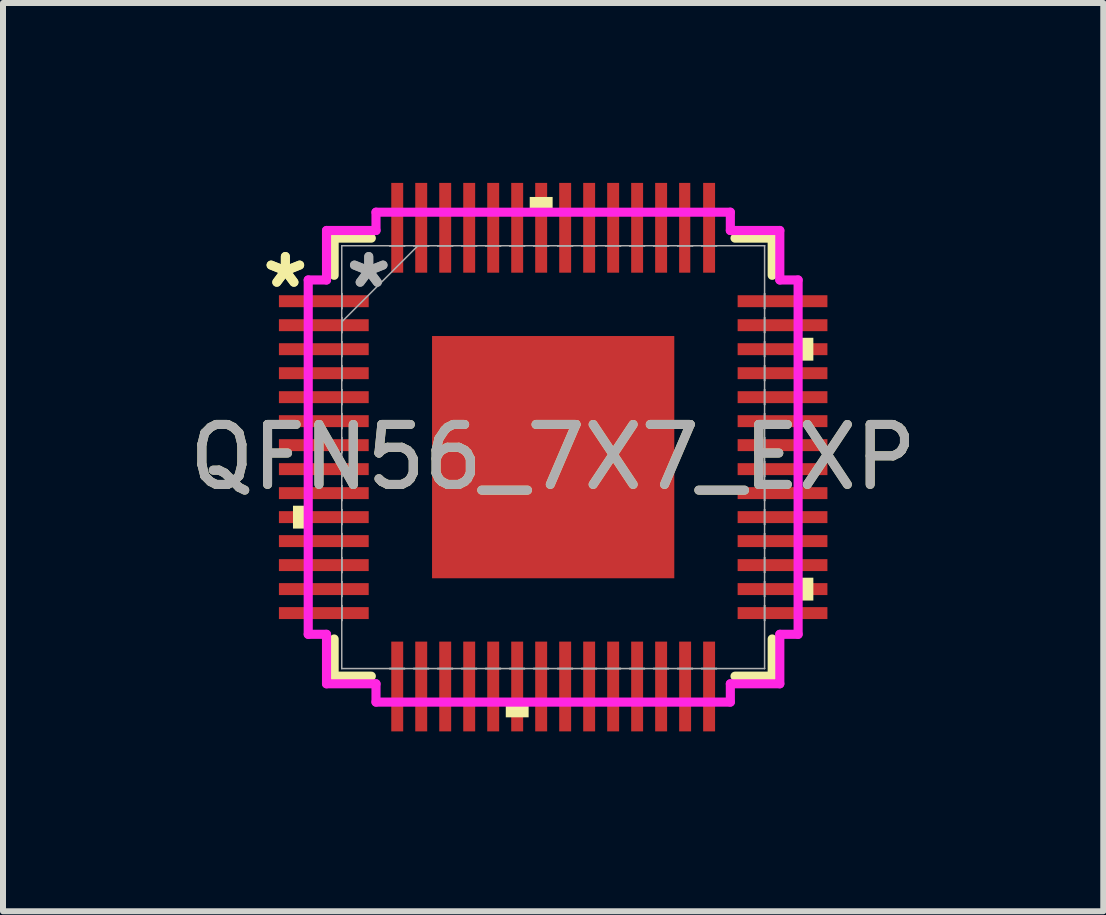
<source format=kicad_pcb>
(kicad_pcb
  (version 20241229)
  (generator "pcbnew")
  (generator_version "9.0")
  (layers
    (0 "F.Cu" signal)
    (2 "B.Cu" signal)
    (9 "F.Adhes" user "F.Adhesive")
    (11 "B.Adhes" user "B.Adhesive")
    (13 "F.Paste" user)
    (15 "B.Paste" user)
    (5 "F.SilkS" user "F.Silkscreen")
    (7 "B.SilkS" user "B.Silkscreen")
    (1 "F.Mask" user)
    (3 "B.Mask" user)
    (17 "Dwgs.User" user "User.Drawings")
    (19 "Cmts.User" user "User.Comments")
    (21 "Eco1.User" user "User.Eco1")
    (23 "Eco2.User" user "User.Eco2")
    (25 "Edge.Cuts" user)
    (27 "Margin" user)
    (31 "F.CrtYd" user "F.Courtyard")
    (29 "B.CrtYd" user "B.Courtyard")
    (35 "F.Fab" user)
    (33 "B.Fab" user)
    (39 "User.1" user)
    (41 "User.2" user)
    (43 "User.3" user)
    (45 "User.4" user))
  (footprint "QFN56_7X7_EXP"
    (layer "F.Cu")
    (at 6.173 4.572)
    (property "Reference" "QFN56_7X7_EXP" (at 0 0 0) (unlocked yes) (layer "F.SilkS") (effects (font (size 1 1) (thickness 0.15))))
    (attr smd)
    (fp_line (start -3.652 -3.652) (end -3.652 -3.032) (stroke (width 0.152) (type solid)) (layer "F.SilkS"))
    (fp_line (start -3.652 3.032) (end -3.652 3.652) (stroke (width 0.152) (type solid)) (layer "F.SilkS"))
    (fp_line (start -3.652 3.652) (end -3.032 3.652) (stroke (width 0.152) (type solid)) (layer "F.SilkS"))
    (fp_line (start -3.032 -3.652) (end -3.652 -3.652) (stroke (width 0.152) (type solid)) (layer "F.SilkS"))
    (fp_line (start 3.032 3.652) (end 3.652 3.652) (stroke (width 0.152) (type solid)) (layer "F.SilkS"))
    (fp_line (start 3.652 -3.652) (end 3.032 -3.652) (stroke (width 0.152) (type solid)) (layer "F.SilkS"))
    (fp_line (start 3.652 -3.032) (end 3.652 -3.652) (stroke (width 0.152) (type solid)) (layer "F.SilkS"))
    (fp_line (start 3.652 3.652) (end 3.652 3.032) (stroke (width 0.152) (type solid)) (layer "F.SilkS"))
    (fp_poly (pts (xy -4.338 0.81) (xy -4.338 1.191) (xy -4.084 1.191) (xy -4.084 0.81)) (stroke (width 0) (type solid)) (fill yes) (layer "F.SilkS"))
    (fp_poly (pts (xy -0.79 4.084) (xy -0.79 4.338) (xy -0.409 4.338) (xy -0.409 4.084)) (stroke (width 0) (type solid)) (fill yes) (layer "F.SilkS"))
    (fp_poly (pts (xy -0.391 -4.084) (xy -0.391 -4.338) (xy -0.009 -4.338) (xy -0.009 -4.084)) (stroke (width 0) (type solid)) (fill yes) (layer "F.SilkS"))
    (fp_poly (pts (xy 4.338 -1.99) (xy 4.338 -1.609) (xy 4.084 -1.609) (xy 4.084 -1.99)) (stroke (width 0) (type solid)) (fill yes) (layer "F.SilkS"))
    (fp_poly (pts (xy 4.338 2.01) (xy 4.338 2.391) (xy 4.084 2.391) (xy 4.084 2.01)) (stroke (width 0) (type solid)) (fill yes) (layer "F.SilkS"))
    (fp_poly (pts (xy -1.919 -1.919) (xy -1.919 -0.773) (xy -0.773 -0.773) (xy -0.773 -1.919)) (stroke (width 0) (type solid)) (fill yes) (layer "F.Paste"))
    (fp_poly (pts (xy -1.919 -0.573) (xy -1.919 0.573) (xy -0.773 0.573) (xy -0.773 -0.573)) (stroke (width 0) (type solid)) (fill yes) (layer "F.Paste"))
    (fp_poly (pts (xy -1.919 0.773) (xy -1.919 1.919) (xy -0.773 1.919) (xy -0.773 0.773)) (stroke (width 0) (type solid)) (fill yes) (layer "F.Paste"))
    (fp_poly (pts (xy -0.573 -1.919) (xy -0.573 -0.773) (xy 0.573 -0.773) (xy 0.573 -1.919)) (stroke (width 0) (type solid)) (fill yes) (layer "F.Paste"))
    (fp_poly (pts (xy -0.573 -0.573) (xy -0.573 0.573) (xy 0.573 0.573) (xy 0.573 -0.573)) (stroke (width 0) (type solid)) (fill yes) (layer "F.Paste"))
    (fp_poly (pts (xy -0.573 0.773) (xy -0.573 1.919) (xy 0.573 1.919) (xy 0.573 0.773)) (stroke (width 0) (type solid)) (fill yes) (layer "F.Paste"))
    (fp_poly (pts (xy 0.773 -1.919) (xy 0.773 -0.773) (xy 1.919 -0.773) (xy 1.919 -1.919)) (stroke (width 0) (type solid)) (fill yes) (layer "F.Paste"))
    (fp_poly (pts (xy 0.773 -0.573) (xy 0.773 0.573) (xy 1.919 0.573) (xy 1.919 -0.573)) (stroke (width 0) (type solid)) (fill yes) (layer "F.Paste"))
    (fp_poly (pts (xy 0.773 0.773) (xy 0.773 1.919) (xy 1.919 1.919) (xy 1.919 0.773)) (stroke (width 0) (type solid)) (fill yes) (layer "F.Paste"))
    (fp_line (start -4.084 -2.954) (end -3.779 -2.954) (stroke (width 0.152) (type solid)) (layer "F.CrtYd"))
    (fp_line (start -4.084 2.954) (end -4.084 -2.954) (stroke (width 0.152) (type solid)) (layer "F.CrtYd"))
    (fp_line (start -3.779 -3.779) (end -2.954 -3.779) (stroke (width 0.152) (type solid)) (layer "F.CrtYd"))
    (fp_line (start -3.779 -2.954) (end -3.779 -3.779) (stroke (width 0.152) (type solid)) (layer "F.CrtYd"))
    (fp_line (start -3.779 2.954) (end -4.084 2.954) (stroke (width 0.152) (type solid)) (layer "F.CrtYd"))
    (fp_line (start -3.779 3.779) (end -3.779 2.954) (stroke (width 0.152) (type solid)) (layer "F.CrtYd"))
    (fp_line (start -2.954 -4.084) (end 2.954 -4.084) (stroke (width 0.152) (type solid)) (layer "F.CrtYd"))
    (fp_line (start -2.954 -3.779) (end -2.954 -4.084) (stroke (width 0.152) (type solid)) (layer "F.CrtYd"))
    (fp_line (start -2.954 3.779) (end -3.779 3.779) (stroke (width 0.152) (type solid)) (layer "F.CrtYd"))
    (fp_line (start -2.954 4.084) (end -2.954 3.779) (stroke (width 0.152) (type solid)) (layer "F.CrtYd"))
    (fp_line (start 2.954 -4.084) (end 2.954 -3.779) (stroke (width 0.152) (type solid)) (layer "F.CrtYd"))
    (fp_line (start 2.954 -3.779) (end 3.779 -3.779) (stroke (width 0.152) (type solid)) (layer "F.CrtYd"))
    (fp_line (start 2.954 3.779) (end 2.954 4.084) (stroke (width 0.152) (type solid)) (layer "F.CrtYd"))
    (fp_line (start 2.954 4.084) (end -2.954 4.084) (stroke (width 0.152) (type solid)) (layer "F.CrtYd"))
    (fp_line (start 3.779 -3.779) (end 3.779 -2.954) (stroke (width 0.152) (type solid)) (layer "F.CrtYd"))
    (fp_line (start 3.779 -2.954) (end 4.084 -2.954) (stroke (width 0.152) (type solid)) (layer "F.CrtYd"))
    (fp_line (start 3.779 2.954) (end 3.779 3.779) (stroke (width 0.152) (type solid)) (layer "F.CrtYd"))
    (fp_line (start 3.779 3.779) (end 2.954 3.779) (stroke (width 0.152) (type solid)) (layer "F.CrtYd"))
    (fp_line (start 4.084 -2.954) (end 4.084 2.954) (stroke (width 0.152) (type solid)) (layer "F.CrtYd"))
    (fp_line (start 4.084 2.954) (end 3.779 2.954) (stroke (width 0.152) (type solid)) (layer "F.CrtYd"))
    (fp_line (start -3.525 -3.525) (end -3.525 -3.525) (stroke (width 0.025) (type solid)) (layer "F.Fab"))
    (fp_line (start -3.525 -3.525) (end -3.525 3.525) (stroke (width 0.025) (type solid)) (layer "F.Fab"))
    (fp_line (start -3.525 -2.725) (end -3.525 -2.725) (stroke (width 0.025) (type solid)) (layer "F.Fab"))
    (fp_line (start -3.525 -2.725) (end -3.525 -2.475) (stroke (width 0.025) (type solid)) (layer "F.Fab"))
    (fp_line (start -3.525 -2.475) (end -3.525 -2.725) (stroke (width 0.025) (type solid)) (layer "F.Fab"))
    (fp_line (start -3.525 -2.475) (end -3.525 -2.475) (stroke (width 0.025) (type solid)) (layer "F.Fab"))
    (fp_line (start -3.525 -2.325) (end -3.525 -2.325) (stroke (width 0.025) (type solid)) (layer "F.Fab"))
    (fp_line (start -3.525 -2.325) (end -3.525 -2.075) (stroke (width 0.025) (type solid)) (layer "F.Fab"))
    (fp_line (start -3.525 -2.255) (end -2.255 -3.525) (stroke (width 0.025) (type solid)) (layer "F.Fab"))
    (fp_line (start -3.525 -2.075) (end -3.525 -2.325) (stroke (width 0.025) (type solid)) (layer "F.Fab"))
    (fp_line (start -3.525 -2.075) (end -3.525 -2.075) (stroke (width 0.025) (type solid)) (layer "F.Fab"))
    (fp_line (start -3.525 -1.925) (end -3.525 -1.925) (stroke (width 0.025) (type solid)) (layer "F.Fab"))
    (fp_line (start -3.525 -1.925) (end -3.525 -1.675) (stroke (width 0.025) (type solid)) (layer "F.Fab"))
    (fp_line (start -3.525 -1.675) (end -3.525 -1.925) (stroke (width 0.025) (type solid)) (layer "F.Fab"))
    (fp_line (start -3.525 -1.675) (end -3.525 -1.675) (stroke (width 0.025) (type solid)) (layer "F.Fab"))
    (fp_line (start -3.525 -1.525) (end -3.525 -1.525) (stroke (width 0.025) (type solid)) (layer "F.Fab"))
    (fp_line (start -3.525 -1.525) (end -3.525 -1.275) (stroke (width 0.025) (type solid)) (layer "F.Fab"))
    (fp_line (start -3.525 -1.275) (end -3.525 -1.525) (stroke (width 0.025) (type solid)) (layer "F.Fab"))
    (fp_line (start -3.525 -1.275) (end -3.525 -1.275) (stroke (width 0.025) (type solid)) (layer "F.Fab"))
    (fp_line (start -3.525 -1.125) (end -3.525 -1.125) (stroke (width 0.025) (type solid)) (layer "F.Fab"))
    (fp_line (start -3.525 -1.125) (end -3.525 -0.875) (stroke (width 0.025) (type solid)) (layer "F.Fab"))
    (fp_line (start -3.525 -0.875) (end -3.525 -1.125) (stroke (width 0.025) (type solid)) (layer "F.Fab"))
    (fp_line (start -3.525 -0.875) (end -3.525 -0.875) (stroke (width 0.025) (type solid)) (layer "F.Fab"))
    (fp_line (start -3.525 -0.725) (end -3.525 -0.725) (stroke (width 0.025) (type solid)) (layer "F.Fab"))
    (fp_line (start -3.525 -0.725) (end -3.525 -0.475) (stroke (width 0.025) (type solid)) (layer "F.Fab"))
    (fp_line (start -3.525 -0.475) (end -3.525 -0.725) (stroke (width 0.025) (type solid)) (layer "F.Fab"))
    (fp_line (start -3.525 -0.475) (end -3.525 -0.475) (stroke (width 0.025) (type solid)) (layer "F.Fab"))
    (fp_line (start -3.525 -0.325) (end -3.525 -0.325) (stroke (width 0.025) (type solid)) (layer "F.Fab"))
    (fp_line (start -3.525 -0.325) (end -3.525 -0.075) (stroke (width 0.025) (type solid)) (layer "F.Fab"))
    (fp_line (start -3.525 -0.075) (end -3.525 -0.325) (stroke (width 0.025) (type solid)) (layer "F.Fab"))
    (fp_line (start -3.525 -0.075) (end -3.525 -0.075) (stroke (width 0.025) (type solid)) (layer "F.Fab"))
    (fp_line (start -3.525 0.075) (end -3.525 0.075) (stroke (width 0.025) (type solid)) (layer "F.Fab"))
    (fp_line (start -3.525 0.075) (end -3.525 0.325) (stroke (width 0.025) (type solid)) (layer "F.Fab"))
    (fp_line (start -3.525 0.325) (end -3.525 0.075) (stroke (width 0.025) (type solid)) (layer "F.Fab"))
    (fp_line (start -3.525 0.325) (end -3.525 0.325) (stroke (width 0.025) (type solid)) (layer "F.Fab"))
    (fp_line (start -3.525 0.475) (end -3.525 0.475) (stroke (width 0.025) (type solid)) (layer "F.Fab"))
    (fp_line (start -3.525 0.475) (end -3.525 0.725) (stroke (width 0.025) (type solid)) (layer "F.Fab"))
    (fp_line (start -3.525 0.725) (end -3.525 0.475) (stroke (width 0.025) (type solid)) (layer "F.Fab"))
    (fp_line (start -3.525 0.725) (end -3.525 0.725) (stroke (width 0.025) (type solid)) (layer "F.Fab"))
    (fp_line (start -3.525 0.875) (end -3.525 0.875) (stroke (width 0.025) (type solid)) (layer "F.Fab"))
    (fp_line (start -3.525 0.875) (end -3.525 1.125) (stroke (width 0.025) (type solid)) (layer "F.Fab"))
    (fp_line (start -3.525 1.125) (end -3.525 0.875) (stroke (width 0.025) (type solid)) (layer "F.Fab"))
    (fp_line (start -3.525 1.125) (end -3.525 1.125) (stroke (width 0.025) (type solid)) (layer "F.Fab"))
    (fp_line (start -3.525 1.275) (end -3.525 1.275) (stroke (width 0.025) (type solid)) (layer "F.Fab"))
    (fp_line (start -3.525 1.275) (end -3.525 1.525) (stroke (width 0.025) (type solid)) (layer "F.Fab"))
    (fp_line (start -3.525 1.525) (end -3.525 1.275) (stroke (width 0.025) (type solid)) (layer "F.Fab"))
    (fp_line (start -3.525 1.525) (end -3.525 1.525) (stroke (width 0.025) (type solid)) (layer "F.Fab"))
    (fp_line (start -3.525 1.675) (end -3.525 1.675) (stroke (width 0.025) (type solid)) (layer "F.Fab"))
    (fp_line (start -3.525 1.675) (end -3.525 1.925) (stroke (width 0.025) (type solid)) (layer "F.Fab"))
    (fp_line (start -3.525 1.925) (end -3.525 1.675) (stroke (width 0.025) (type solid)) (layer "F.Fab"))
    (fp_line (start -3.525 1.925) (end -3.525 1.925) (stroke (width 0.025) (type solid)) (layer "F.Fab"))
    (fp_line (start -3.525 2.075) (end -3.525 2.075) (stroke (width 0.025) (type solid)) (layer "F.Fab"))
    (fp_line (start -3.525 2.075) (end -3.525 2.325) (stroke (width 0.025) (type solid)) (layer "F.Fab"))
    (fp_line (start -3.525 2.325) (end -3.525 2.075) (stroke (width 0.025) (type solid)) (layer "F.Fab"))
    (fp_line (start -3.525 2.325) (end -3.525 2.325) (stroke (width 0.025) (type solid)) (layer "F.Fab"))
    (fp_line (start -3.525 2.475) (end -3.525 2.475) (stroke (width 0.025) (type solid)) (layer "F.Fab"))
    (fp_line (start -3.525 2.475) (end -3.525 2.725) (stroke (width 0.025) (type solid)) (layer "F.Fab"))
    (fp_line (start -3.525 2.725) (end -3.525 2.475) (stroke (width 0.025) (type solid)) (layer "F.Fab"))
    (fp_line (start -3.525 2.725) (end -3.525 2.725) (stroke (width 0.025) (type solid)) (layer "F.Fab"))
    (fp_line (start -3.525 3.525) (end -3.525 3.525) (stroke (width 0.025) (type solid)) (layer "F.Fab"))
    (fp_line (start -3.525 3.525) (end 3.525 3.525) (stroke (width 0.025) (type solid)) (layer "F.Fab"))
    (fp_line (start -2.725 -3.525) (end -2.725 -3.525) (stroke (width 0.025) (type solid)) (layer "F.Fab"))
    (fp_line (start -2.725 -3.525) (end -2.475 -3.525) (stroke (width 0.025) (type solid)) (layer "F.Fab"))
    (fp_line (start -2.725 3.525) (end -2.725 3.525) (stroke (width 0.025) (type solid)) (layer "F.Fab"))
    (fp_line (start -2.725 3.525) (end -2.475 3.525) (stroke (width 0.025) (type solid)) (layer "F.Fab"))
    (fp_line (start -2.475 -3.525) (end -2.725 -3.525) (stroke (width 0.025) (type solid)) (layer "F.Fab"))
    (fp_line (start -2.475 -3.525) (end -2.475 -3.525) (stroke (width 0.025) (type solid)) (layer "F.Fab"))
    (fp_line (start -2.475 3.525) (end -2.725 3.525) (stroke (width 0.025) (type solid)) (layer "F.Fab"))
    (fp_line (start -2.475 3.525) (end -2.475 3.525) (stroke (width 0.025) (type solid)) (layer "F.Fab"))
    (fp_line (start -2.325 -3.525) (end -2.325 -3.525) (stroke (width 0.025) (type solid)) (layer "F.Fab"))
    (fp_line (start -2.325 -3.525) (end -2.075 -3.525) (stroke (width 0.025) (type solid)) (layer "F.Fab"))
    (fp_line (start -2.325 3.525) (end -2.325 3.525) (stroke (width 0.025) (type solid)) (layer "F.Fab"))
    (fp_line (start -2.325 3.525) (end -2.075 3.525) (stroke (width 0.025) (type solid)) (layer "F.Fab"))
    (fp_line (start -2.075 -3.525) (end -2.325 -3.525) (stroke (width 0.025) (type solid)) (layer "F.Fab"))
    (fp_line (start -2.075 -3.525) (end -2.075 -3.525) (stroke (width 0.025) (type solid)) (layer "F.Fab"))
    (fp_line (start -2.075 3.525) (end -2.325 3.525) (stroke (width 0.025) (type solid)) (layer "F.Fab"))
    (fp_line (start -2.075 3.525) (end -2.075 3.525) (stroke (width 0.025) (type solid)) (layer "F.Fab"))
    (fp_line (start -1.925 -3.525) (end -1.925 -3.525) (stroke (width 0.025) (type solid)) (layer "F.Fab"))
    (fp_line (start -1.925 -3.525) (end -1.675 -3.525) (stroke (width 0.025) (type solid)) (layer "F.Fab"))
    (fp_line (start -1.925 3.525) (end -1.925 3.525) (stroke (width 0.025) (type solid)) (layer "F.Fab"))
    (fp_line (start -1.925 3.525) (end -1.675 3.525) (stroke (width 0.025) (type solid)) (layer "F.Fab"))
    (fp_line (start -1.675 -3.525) (end -1.925 -3.525) (stroke (width 0.025) (type solid)) (layer "F.Fab"))
    (fp_line (start -1.675 -3.525) (end -1.675 -3.525) (stroke (width 0.025) (type solid)) (layer "F.Fab"))
    (fp_line (start -1.675 3.525) (end -1.925 3.525) (stroke (width 0.025) (type solid)) (layer "F.Fab"))
    (fp_line (start -1.675 3.525) (end -1.675 3.525) (stroke (width 0.025) (type solid)) (layer "F.Fab"))
    (fp_line (start -1.525 -3.525) (end -1.525 -3.525) (stroke (width 0.025) (type solid)) (layer "F.Fab"))
    (fp_line (start -1.525 -3.525) (end -1.275 -3.525) (stroke (width 0.025) (type solid)) (layer "F.Fab"))
    (fp_line (start -1.525 3.525) (end -1.525 3.525) (stroke (width 0.025) (type solid)) (layer "F.Fab"))
    (fp_line (start -1.525 3.525) (end -1.275 3.525) (stroke (width 0.025) (type solid)) (layer "F.Fab"))
    (fp_line (start -1.275 -3.525) (end -1.525 -3.525) (stroke (width 0.025) (type solid)) (layer "F.Fab"))
    (fp_line (start -1.275 -3.525) (end -1.275 -3.525) (stroke (width 0.025) (type solid)) (layer "F.Fab"))
    (fp_line (start -1.275 3.525) (end -1.525 3.525) (stroke (width 0.025) (type solid)) (layer "F.Fab"))
    (fp_line (start -1.275 3.525) (end -1.275 3.525) (stroke (width 0.025) (type solid)) (layer "F.Fab"))
    (fp_line (start -1.125 -3.525) (end -1.125 -3.525) (stroke (width 0.025) (type solid)) (layer "F.Fab"))
    (fp_line (start -1.125 -3.525) (end -0.875 -3.525) (stroke (width 0.025) (type solid)) (layer "F.Fab"))
    (fp_line (start -1.125 3.525) (end -1.125 3.525) (stroke (width 0.025) (type solid)) (layer "F.Fab"))
    (fp_line (start -1.125 3.525) (end -0.875 3.525) (stroke (width 0.025) (type solid)) (layer "F.Fab"))
    (fp_line (start -0.875 -3.525) (end -1.125 -3.525) (stroke (width 0.025) (type solid)) (layer "F.Fab"))
    (fp_line (start -0.875 -3.525) (end -0.875 -3.525) (stroke (width 0.025) (type solid)) (layer "F.Fab"))
    (fp_line (start -0.875 3.525) (end -1.125 3.525) (stroke (width 0.025) (type solid)) (layer "F.Fab"))
    (fp_line (start -0.875 3.525) (end -0.875 3.525) (stroke (width 0.025) (type solid)) (layer "F.Fab"))
    (fp_line (start -0.725 -3.525) (end -0.725 -3.525) (stroke (width 0.025) (type solid)) (layer "F.Fab"))
    (fp_line (start -0.725 -3.525) (end -0.475 -3.525) (stroke (width 0.025) (type solid)) (layer "F.Fab"))
    (fp_line (start -0.725 3.525) (end -0.725 3.525) (stroke (width 0.025) (type solid)) (layer "F.Fab"))
    (fp_line (start -0.725 3.525) (end -0.475 3.525) (stroke (width 0.025) (type solid)) (layer "F.Fab"))
    (fp_line (start -0.475 -3.525) (end -0.725 -3.525) (stroke (width 0.025) (type solid)) (layer "F.Fab"))
    (fp_line (start -0.475 -3.525) (end -0.475 -3.525) (stroke (width 0.025) (type solid)) (layer "F.Fab"))
    (fp_line (start -0.475 3.525) (end -0.725 3.525) (stroke (width 0.025) (type solid)) (layer "F.Fab"))
    (fp_line (start -0.475 3.525) (end -0.475 3.525) (stroke (width 0.025) (type solid)) (layer "F.Fab"))
    (fp_line (start -0.325 -3.525) (end -0.325 -3.525) (stroke (width 0.025) (type solid)) (layer "F.Fab"))
    (fp_line (start -0.325 -3.525) (end -0.075 -3.525) (stroke (width 0.025) (type solid)) (layer "F.Fab"))
    (fp_line (start -0.325 3.525) (end -0.325 3.525) (stroke (width 0.025) (type solid)) (layer "F.Fab"))
    (fp_line (start -0.325 3.525) (end -0.075 3.525) (stroke (width 0.025) (type solid)) (layer "F.Fab"))
    (fp_line (start -0.075 -3.525) (end -0.325 -3.525) (stroke (width 0.025) (type solid)) (layer "F.Fab"))
    (fp_line (start -0.075 -3.525) (end -0.075 -3.525) (stroke (width 0.025) (type solid)) (layer "F.Fab"))
    (fp_line (start -0.075 3.525) (end -0.325 3.525) (stroke (width 0.025) (type solid)) (layer "F.Fab"))
    (fp_line (start -0.075 3.525) (end -0.075 3.525) (stroke (width 0.025) (type solid)) (layer "F.Fab"))
    (fp_line (start 0.075 -3.525) (end 0.075 -3.525) (stroke (width 0.025) (type solid)) (layer "F.Fab"))
    (fp_line (start 0.075 -3.525) (end 0.325 -3.525) (stroke (width 0.025) (type solid)) (layer "F.Fab"))
    (fp_line (start 0.075 3.525) (end 0.075 3.525) (stroke (width 0.025) (type solid)) (layer "F.Fab"))
    (fp_line (start 0.075 3.525) (end 0.325 3.525) (stroke (width 0.025) (type solid)) (layer "F.Fab"))
    (fp_line (start 0.325 -3.525) (end 0.075 -3.525) (stroke (width 0.025) (type solid)) (layer "F.Fab"))
    (fp_line (start 0.325 -3.525) (end 0.325 -3.525) (stroke (width 0.025) (type solid)) (layer "F.Fab"))
    (fp_line (start 0.325 3.525) (end 0.075 3.525) (stroke (width 0.025) (type solid)) (layer "F.Fab"))
    (fp_line (start 0.325 3.525) (end 0.325 3.525) (stroke (width 0.025) (type solid)) (layer "F.Fab"))
    (fp_line (start 0.475 -3.525) (end 0.475 -3.525) (stroke (width 0.025) (type solid)) (layer "F.Fab"))
    (fp_line (start 0.475 -3.525) (end 0.725 -3.525) (stroke (width 0.025) (type solid)) (layer "F.Fab"))
    (fp_line (start 0.475 3.525) (end 0.475 3.525) (stroke (width 0.025) (type solid)) (layer "F.Fab"))
    (fp_line (start 0.475 3.525) (end 0.725 3.525) (stroke (width 0.025) (type solid)) (layer "F.Fab"))
    (fp_line (start 0.725 -3.525) (end 0.475 -3.525) (stroke (width 0.025) (type solid)) (layer "F.Fab"))
    (fp_line (start 0.725 -3.525) (end 0.725 -3.525) (stroke (width 0.025) (type solid)) (layer "F.Fab"))
    (fp_line (start 0.725 3.525) (end 0.475 3.525) (stroke (width 0.025) (type solid)) (layer "F.Fab"))
    (fp_line (start 0.725 3.525) (end 0.725 3.525) (stroke (width 0.025) (type solid)) (layer "F.Fab"))
    (fp_line (start 0.875 -3.525) (end 0.875 -3.525) (stroke (width 0.025) (type solid)) (layer "F.Fab"))
    (fp_line (start 0.875 -3.525) (end 1.125 -3.525) (stroke (width 0.025) (type solid)) (layer "F.Fab"))
    (fp_line (start 0.875 3.525) (end 0.875 3.525) (stroke (width 0.025) (type solid)) (layer "F.Fab"))
    (fp_line (start 0.875 3.525) (end 1.125 3.525) (stroke (width 0.025) (type solid)) (layer "F.Fab"))
    (fp_line (start 1.125 -3.525) (end 0.875 -3.525) (stroke (width 0.025) (type solid)) (layer "F.Fab"))
    (fp_line (start 1.125 -3.525) (end 1.125 -3.525) (stroke (width 0.025) (type solid)) (layer "F.Fab"))
    (fp_line (start 1.125 3.525) (end 0.875 3.525) (stroke (width 0.025) (type solid)) (layer "F.Fab"))
    (fp_line (start 1.125 3.525) (end 1.125 3.525) (stroke (width 0.025) (type solid)) (layer "F.Fab"))
    (fp_line (start 1.275 -3.525) (end 1.275 -3.525) (stroke (width 0.025) (type solid)) (layer "F.Fab"))
    (fp_line (start 1.275 -3.525) (end 1.525 -3.525) (stroke (width 0.025) (type solid)) (layer "F.Fab"))
    (fp_line (start 1.275 3.525) (end 1.275 3.525) (stroke (width 0.025) (type solid)) (layer "F.Fab"))
    (fp_line (start 1.275 3.525) (end 1.525 3.525) (stroke (width 0.025) (type solid)) (layer "F.Fab"))
    (fp_line (start 1.525 -3.525) (end 1.275 -3.525) (stroke (width 0.025) (type solid)) (layer "F.Fab"))
    (fp_line (start 1.525 -3.525) (end 1.525 -3.525) (stroke (width 0.025) (type solid)) (layer "F.Fab"))
    (fp_line (start 1.525 3.525) (end 1.275 3.525) (stroke (width 0.025) (type solid)) (layer "F.Fab"))
    (fp_line (start 1.525 3.525) (end 1.525 3.525) (stroke (width 0.025) (type solid)) (layer "F.Fab"))
    (fp_line (start 1.675 -3.525) (end 1.675 -3.525) (stroke (width 0.025) (type solid)) (layer "F.Fab"))
    (fp_line (start 1.675 -3.525) (end 1.925 -3.525) (stroke (width 0.025) (type solid)) (layer "F.Fab"))
    (fp_line (start 1.675 3.525) (end 1.675 3.525) (stroke (width 0.025) (type solid)) (layer "F.Fab"))
    (fp_line (start 1.675 3.525) (end 1.925 3.525) (stroke (width 0.025) (type solid)) (layer "F.Fab"))
    (fp_line (start 1.925 -3.525) (end 1.675 -3.525) (stroke (width 0.025) (type solid)) (layer "F.Fab"))
    (fp_line (start 1.925 -3.525) (end 1.925 -3.525) (stroke (width 0.025) (type solid)) (layer "F.Fab"))
    (fp_line (start 1.925 3.525) (end 1.675 3.525) (stroke (width 0.025) (type solid)) (layer "F.Fab"))
    (fp_line (start 1.925 3.525) (end 1.925 3.525) (stroke (width 0.025) (type solid)) (layer "F.Fab"))
    (fp_line (start 2.075 -3.525) (end 2.075 -3.525) (stroke (width 0.025) (type solid)) (layer "F.Fab"))
    (fp_line (start 2.075 -3.525) (end 2.325 -3.525) (stroke (width 0.025) (type solid)) (layer "F.Fab"))
    (fp_line (start 2.075 3.525) (end 2.075 3.525) (stroke (width 0.025) (type solid)) (layer "F.Fab"))
    (fp_line (start 2.075 3.525) (end 2.325 3.525) (stroke (width 0.025) (type solid)) (layer "F.Fab"))
    (fp_line (start 2.325 -3.525) (end 2.075 -3.525) (stroke (width 0.025) (type solid)) (layer "F.Fab"))
    (fp_line (start 2.325 -3.525) (end 2.325 -3.525) (stroke (width 0.025) (type solid)) (layer "F.Fab"))
    (fp_line (start 2.325 3.525) (end 2.075 3.525) (stroke (width 0.025) (type solid)) (layer "F.Fab"))
    (fp_line (start 2.325 3.525) (end 2.325 3.525) (stroke (width 0.025) (type solid)) (layer "F.Fab"))
    (fp_line (start 2.475 -3.525) (end 2.475 -3.525) (stroke (width 0.025) (type solid)) (layer "F.Fab"))
    (fp_line (start 2.475 -3.525) (end 2.725 -3.525) (stroke (width 0.025) (type solid)) (layer "F.Fab"))
    (fp_line (start 2.475 3.525) (end 2.475 3.525) (stroke (width 0.025) (type solid)) (layer "F.Fab"))
    (fp_line (start 2.475 3.525) (end 2.725 3.525) (stroke (width 0.025) (type solid)) (layer "F.Fab"))
    (fp_line (start 2.725 -3.525) (end 2.475 -3.525) (stroke (width 0.025) (type solid)) (layer "F.Fab"))
    (fp_line (start 2.725 -3.525) (end 2.725 -3.525) (stroke (width 0.025) (type solid)) (layer "F.Fab"))
    (fp_line (start 2.725 3.525) (end 2.475 3.525) (stroke (width 0.025) (type solid)) (layer "F.Fab"))
    (fp_line (start 2.725 3.525) (end 2.725 3.525) (stroke (width 0.025) (type solid)) (layer "F.Fab"))
    (fp_line (start 3.525 -3.525) (end -3.525 -3.525) (stroke (width 0.025) (type solid)) (layer "F.Fab"))
    (fp_line (start 3.525 -3.525) (end 3.525 -3.525) (stroke (width 0.025) (type solid)) (layer "F.Fab"))
    (fp_line (start 3.525 -2.725) (end 3.525 -2.725) (stroke (width 0.025) (type solid)) (layer "F.Fab"))
    (fp_line (start 3.525 -2.725) (end 3.525 -2.475) (stroke (width 0.025) (type solid)) (layer "F.Fab"))
    (fp_line (start 3.525 -2.475) (end 3.525 -2.725) (stroke (width 0.025) (type solid)) (layer "F.Fab"))
    (fp_line (start 3.525 -2.475) (end 3.525 -2.475) (stroke (width 0.025) (type solid)) (layer "F.Fab"))
    (fp_line (start 3.525 -2.325) (end 3.525 -2.325) (stroke (width 0.025) (type solid)) (layer "F.Fab"))
    (fp_line (start 3.525 -2.325) (end 3.525 -2.075) (stroke (width 0.025) (type solid)) (layer "F.Fab"))
    (fp_line (start 3.525 -2.075) (end 3.525 -2.325) (stroke (width 0.025) (type solid)) (layer "F.Fab"))
    (fp_line (start 3.525 -2.075) (end 3.525 -2.075) (stroke (width 0.025) (type solid)) (layer "F.Fab"))
    (fp_line (start 3.525 -1.925) (end 3.525 -1.925) (stroke (width 0.025) (type solid)) (layer "F.Fab"))
    (fp_line (start 3.525 -1.925) (end 3.525 -1.675) (stroke (width 0.025) (type solid)) (layer "F.Fab"))
    (fp_line (start 3.525 -1.675) (end 3.525 -1.925) (stroke (width 0.025) (type solid)) (layer "F.Fab"))
    (fp_line (start 3.525 -1.675) (end 3.525 -1.675) (stroke (width 0.025) (type solid)) (layer "F.Fab"))
    (fp_line (start 3.525 -1.525) (end 3.525 -1.525) (stroke (width 0.025) (type solid)) (layer "F.Fab"))
    (fp_line (start 3.525 -1.525) (end 3.525 -1.275) (stroke (width 0.025) (type solid)) (layer "F.Fab"))
    (fp_line (start 3.525 -1.275) (end 3.525 -1.525) (stroke (width 0.025) (type solid)) (layer "F.Fab"))
    (fp_line (start 3.525 -1.275) (end 3.525 -1.275) (stroke (width 0.025) (type solid)) (layer "F.Fab"))
    (fp_line (start 3.525 -1.125) (end 3.525 -1.125) (stroke (width 0.025) (type solid)) (layer "F.Fab"))
    (fp_line (start 3.525 -1.125) (end 3.525 -0.875) (stroke (width 0.025) (type solid)) (layer "F.Fab"))
    (fp_line (start 3.525 -0.875) (end 3.525 -1.125) (stroke (width 0.025) (type solid)) (layer "F.Fab"))
    (fp_line (start 3.525 -0.875) (end 3.525 -0.875) (stroke (width 0.025) (type solid)) (layer "F.Fab"))
    (fp_line (start 3.525 -0.725) (end 3.525 -0.725) (stroke (width 0.025) (type solid)) (layer "F.Fab"))
    (fp_line (start 3.525 -0.725) (end 3.525 -0.475) (stroke (width 0.025) (type solid)) (layer "F.Fab"))
    (fp_line (start 3.525 -0.475) (end 3.525 -0.725) (stroke (width 0.025) (type solid)) (layer "F.Fab"))
    (fp_line (start 3.525 -0.475) (end 3.525 -0.475) (stroke (width 0.025) (type solid)) (layer "F.Fab"))
    (fp_line (start 3.525 -0.325) (end 3.525 -0.325) (stroke (width 0.025) (type solid)) (layer "F.Fab"))
    (fp_line (start 3.525 -0.325) (end 3.525 -0.075) (stroke (width 0.025) (type solid)) (layer "F.Fab"))
    (fp_line (start 3.525 -0.075) (end 3.525 -0.325) (stroke (width 0.025) (type solid)) (layer "F.Fab"))
    (fp_line (start 3.525 -0.075) (end 3.525 -0.075) (stroke (width 0.025) (type solid)) (layer "F.Fab"))
    (fp_line (start 3.525 0.075) (end 3.525 0.075) (stroke (width 0.025) (type solid)) (layer "F.Fab"))
    (fp_line (start 3.525 0.075) (end 3.525 0.325) (stroke (width 0.025) (type solid)) (layer "F.Fab"))
    (fp_line (start 3.525 0.325) (end 3.525 0.075) (stroke (width 0.025) (type solid)) (layer "F.Fab"))
    (fp_line (start 3.525 0.325) (end 3.525 0.325) (stroke (width 0.025) (type solid)) (layer "F.Fab"))
    (fp_line (start 3.525 0.475) (end 3.525 0.475) (stroke (width 0.025) (type solid)) (layer "F.Fab"))
    (fp_line (start 3.525 0.475) (end 3.525 0.725) (stroke (width 0.025) (type solid)) (layer "F.Fab"))
    (fp_line (start 3.525 0.725) (end 3.525 0.475) (stroke (width 0.025) (type solid)) (layer "F.Fab"))
    (fp_line (start 3.525 0.725) (end 3.525 0.725) (stroke (width 0.025) (type solid)) (layer "F.Fab"))
    (fp_line (start 3.525 0.875) (end 3.525 0.875) (stroke (width 0.025) (type solid)) (layer "F.Fab"))
    (fp_line (start 3.525 0.875) (end 3.525 1.125) (stroke (width 0.025) (type solid)) (layer "F.Fab"))
    (fp_line (start 3.525 1.125) (end 3.525 0.875) (stroke (width 0.025) (type solid)) (layer "F.Fab"))
    (fp_line (start 3.525 1.125) (end 3.525 1.125) (stroke (width 0.025) (type solid)) (layer "F.Fab"))
    (fp_line (start 3.525 1.275) (end 3.525 1.275) (stroke (width 0.025) (type solid)) (layer "F.Fab"))
    (fp_line (start 3.525 1.275) (end 3.525 1.525) (stroke (width 0.025) (type solid)) (layer "F.Fab"))
    (fp_line (start 3.525 1.525) (end 3.525 1.275) (stroke (width 0.025) (type solid)) (layer "F.Fab"))
    (fp_line (start 3.525 1.525) (end 3.525 1.525) (stroke (width 0.025) (type solid)) (layer "F.Fab"))
    (fp_line (start 3.525 1.675) (end 3.525 1.675) (stroke (width 0.025) (type solid)) (layer "F.Fab"))
    (fp_line (start 3.525 1.675) (end 3.525 1.925) (stroke (width 0.025) (type solid)) (layer "F.Fab"))
    (fp_line (start 3.525 1.925) (end 3.525 1.675) (stroke (width 0.025) (type solid)) (layer "F.Fab"))
    (fp_line (start 3.525 1.925) (end 3.525 1.925) (stroke (width 0.025) (type solid)) (layer "F.Fab"))
    (fp_line (start 3.525 2.075) (end 3.525 2.075) (stroke (width 0.025) (type solid)) (layer "F.Fab"))
    (fp_line (start 3.525 2.075) (end 3.525 2.325) (stroke (width 0.025) (type solid)) (layer "F.Fab"))
    (fp_line (start 3.525 2.325) (end 3.525 2.075) (stroke (width 0.025) (type solid)) (layer "F.Fab"))
    (fp_line (start 3.525 2.325) (end 3.525 2.325) (stroke (width 0.025) (type solid)) (layer "F.Fab"))
    (fp_line (start 3.525 2.475) (end 3.525 2.475) (stroke (width 0.025) (type solid)) (layer "F.Fab"))
    (fp_line (start 3.525 2.475) (end 3.525 2.725) (stroke (width 0.025) (type solid)) (layer "F.Fab"))
    (fp_line (start 3.525 2.725) (end 3.525 2.475) (stroke (width 0.025) (type solid)) (layer "F.Fab"))
    (fp_line (start 3.525 2.725) (end 3.525 2.725) (stroke (width 0.025) (type solid)) (layer "F.Fab"))
    (fp_line (start 3.525 3.525) (end 3.525 -3.525) (stroke (width 0.025) (type solid)) (layer "F.Fab"))
    (fp_line (start 3.525 3.525) (end 3.525 3.525) (stroke (width 0.025) (type solid)) (layer "F.Fab"))
    (fp_text user "*" (at -4.465 -2.8 0) (layer "F.SilkS") (effects (font (size 1 1) (thickness 0.15))))
    (fp_text user "*" (at -4.465 -2.8 0) (unlocked yes) (layer "F.SilkS") (effects (font (size 1 1) (thickness 0.15))))
    (fp_text user "${REFERENCE}" (at 0 0 0) (unlocked yes) (layer "F.Fab") (effects (font (size 1 1) (thickness 0.15))))
    (fp_text user "*" (at -3.075 -2.8 0) (layer "F.Fab") (effects (font (size 1 1) (thickness 0.15))))
    (fp_text user "*" (at -3.075 -2.8 0) (unlocked yes) (layer "F.Fab") (effects (font (size 1 1) (thickness 0.15))))
    (pad "1" smd rect (at -3.824 -2.6 90) (size 0.199 1.497) (layers "F.Cu" "F.Mask" "F.Paste"))
    (pad "2" smd rect (at -3.824 -2.2 90) (size 0.199 1.497) (layers "F.Cu" "F.Mask" "F.Paste"))
    (pad "3" smd rect (at -3.824 -1.8 90) (size 0.199 1.497) (layers "F.Cu" "F.Mask" "F.Paste"))
    (pad "4" smd rect (at -3.824 -1.4 90) (size 0.199 1.497) (layers "F.Cu" "F.Mask" "F.Paste"))
    (pad "5" smd rect (at -3.824 -1 90) (size 0.199 1.497) (layers "F.Cu" "F.Mask" "F.Paste"))
    (pad "6" smd rect (at -3.824 -0.6 90) (size 0.199 1.497) (layers "F.Cu" "F.Mask" "F.Paste"))
    (pad "7" smd rect (at -3.824 -0.2 90) (size 0.199 1.497) (layers "F.Cu" "F.Mask" "F.Paste"))
    (pad "8" smd rect (at -3.824 0.2 90) (size 0.199 1.497) (layers "F.Cu" "F.Mask" "F.Paste"))
    (pad "9" smd rect (at -3.824 0.6 90) (size 0.199 1.497) (layers "F.Cu" "F.Mask" "F.Paste"))
    (pad "10" smd rect (at -3.824 1 90) (size 0.199 1.497) (layers "F.Cu" "F.Mask" "F.Paste"))
    (pad "11" smd rect (at -3.824 1.4 90) (size 0.199 1.497) (layers "F.Cu" "F.Mask" "F.Paste"))
    (pad "12" smd rect (at -3.824 1.8 90) (size 0.199 1.497) (layers "F.Cu" "F.Mask" "F.Paste"))
    (pad "13" smd rect (at -3.824 2.2 90) (size 0.199 1.497) (layers "F.Cu" "F.Mask" "F.Paste"))
    (pad "14" smd rect (at -3.824 2.6 90) (size 0.199 1.497) (layers "F.Cu" "F.Mask" "F.Paste"))
    (pad "15" smd rect (at -2.6 3.824) (size 0.199 1.497) (layers "F.Cu" "F.Mask" "F.Paste"))
    (pad "16" smd rect (at -2.2 3.824) (size 0.199 1.497) (layers "F.Cu" "F.Mask" "F.Paste"))
    (pad "17" smd rect (at -1.8 3.824) (size 0.199 1.497) (layers "F.Cu" "F.Mask" "F.Paste"))
    (pad "18" smd rect (at -1.4 3.824) (size 0.199 1.497) (layers "F.Cu" "F.Mask" "F.Paste"))
    (pad "19" smd rect (at -1 3.824) (size 0.199 1.497) (layers "F.Cu" "F.Mask" "F.Paste"))
    (pad "20" smd rect (at -0.6 3.824) (size 0.199 1.497) (layers "F.Cu" "F.Mask" "F.Paste"))
    (pad "21" smd rect (at -0.2 3.824) (size 0.199 1.497) (layers "F.Cu" "F.Mask" "F.Paste"))
    (pad "22" smd rect (at 0.2 3.824) (size 0.199 1.497) (layers "F.Cu" "F.Mask" "F.Paste"))
    (pad "23" smd rect (at 0.6 3.824) (size 0.199 1.497) (layers "F.Cu" "F.Mask" "F.Paste"))
    (pad "24" smd rect (at 1 3.824) (size 0.199 1.497) (layers "F.Cu" "F.Mask" "F.Paste"))
    (pad "25" smd rect (at 1.4 3.824) (size 0.199 1.497) (layers "F.Cu" "F.Mask" "F.Paste"))
    (pad "26" smd rect (at 1.8 3.824) (size 0.199 1.497) (layers "F.Cu" "F.Mask" "F.Paste"))
    (pad "27" smd rect (at 2.2 3.824) (size 0.199 1.497) (layers "F.Cu" "F.Mask" "F.Paste"))
    (pad "28" smd rect (at 2.6 3.824) (size 0.199 1.497) (layers "F.Cu" "F.Mask" "F.Paste"))
    (pad "29" smd rect (at 3.824 2.6 90) (size 0.199 1.497) (layers "F.Cu" "F.Mask" "F.Paste"))
    (pad "30" smd rect (at 3.824 2.2 90) (size 0.199 1.497) (layers "F.Cu" "F.Mask" "F.Paste"))
    (pad "31" smd rect (at 3.824 1.8 90) (size 0.199 1.497) (layers "F.Cu" "F.Mask" "F.Paste"))
    (pad "32" smd rect (at 3.824 1.4 90) (size 0.199 1.497) (layers "F.Cu" "F.Mask" "F.Paste"))
    (pad "33" smd rect (at 3.824 1 90) (size 0.199 1.497) (layers "F.Cu" "F.Mask" "F.Paste"))
    (pad "34" smd rect (at 3.824 0.6 90) (size 0.199 1.497) (layers "F.Cu" "F.Mask" "F.Paste"))
    (pad "35" smd rect (at 3.824 0.2 90) (size 0.199 1.497) (layers "F.Cu" "F.Mask" "F.Paste"))
    (pad "36" smd rect (at 3.824 -0.2 90) (size 0.199 1.497) (layers "F.Cu" "F.Mask" "F.Paste"))
    (pad "37" smd rect (at 3.824 -0.6 90) (size 0.199 1.497) (layers "F.Cu" "F.Mask" "F.Paste"))
    (pad "38" smd rect (at 3.824 -1 90) (size 0.199 1.497) (layers "F.Cu" "F.Mask" "F.Paste"))
    (pad "39" smd rect (at 3.824 -1.4 90) (size 0.199 1.497) (layers "F.Cu" "F.Mask" "F.Paste"))
    (pad "40" smd rect (at 3.824 -1.8 90) (size 0.199 1.497) (layers "F.Cu" "F.Mask" "F.Paste"))
    (pad "41" smd rect (at 3.824 -2.2 90) (size 0.199 1.497) (layers "F.Cu" "F.Mask" "F.Paste"))
    (pad "42" smd rect (at 3.824 -2.6 90) (size 0.199 1.497) (layers "F.Cu" "F.Mask" "F.Paste"))
    (pad "43" smd rect (at 2.6 -3.824) (size 0.199 1.497) (layers "F.Cu" "F.Mask" "F.Paste"))
    (pad "44" smd rect (at 2.193 -3.824) (size 0.186 1.497) (layers "F.Cu" "F.Mask" "F.Paste"))
    (pad "45" smd rect (at 1.8 -3.824) (size 0.199 1.497) (layers "F.Cu" "F.Mask" "F.Paste"))
    (pad "46" smd rect (at 1.4 -3.824) (size 0.199 1.497) (layers "F.Cu" "F.Mask" "F.Paste"))
    (pad "47" smd rect (at 1 -3.824) (size 0.199 1.497) (layers "F.Cu" "F.Mask" "F.Paste"))
    (pad "48" smd rect (at 0.6 -3.824) (size 0.199 1.497) (layers "F.Cu" "F.Mask" "F.Paste"))
    (pad "49" smd rect (at 0.2 -3.824) (size 0.199 1.497) (layers "F.Cu" "F.Mask" "F.Paste"))
    (pad "50" smd rect (at -0.2 -3.824) (size 0.199 1.497) (layers "F.Cu" "F.Mask" "F.Paste"))
    (pad "51" smd rect (at -0.6 -3.824) (size 0.199 1.497) (layers "F.Cu" "F.Mask" "F.Paste"))
    (pad "52" smd rect (at -1 -3.824) (size 0.199 1.497) (layers "F.Cu" "F.Mask" "F.Paste"))
    (pad "53" smd rect (at -1.4 -3.824) (size 0.199 1.497) (layers "F.Cu" "F.Mask" "F.Paste"))
    (pad "54" smd rect (at -1.8 -3.824) (size 0.199 1.497) (layers "F.Cu" "F.Mask" "F.Paste"))
    (pad "55" smd rect (at -2.2 -3.824) (size 0.199 1.497) (layers "F.Cu" "F.Mask" "F.Paste"))
    (pad "56" smd rect (at -2.6 -3.824) (size 0.199 1.497) (layers "F.Cu" "F.Mask" "F.Paste"))
    (pad "57" smd rect (at 0 0) (size 4.039 4.039) (layers "F.Cu" "F.Mask" "F.Paste")))
  (gr_rect
    (start -3 -3)
    (end 15.345 12.144)
    (stroke (width 0.1) (type default))
    (fill no)
    (layer "Edge.Cuts")))
</source>
